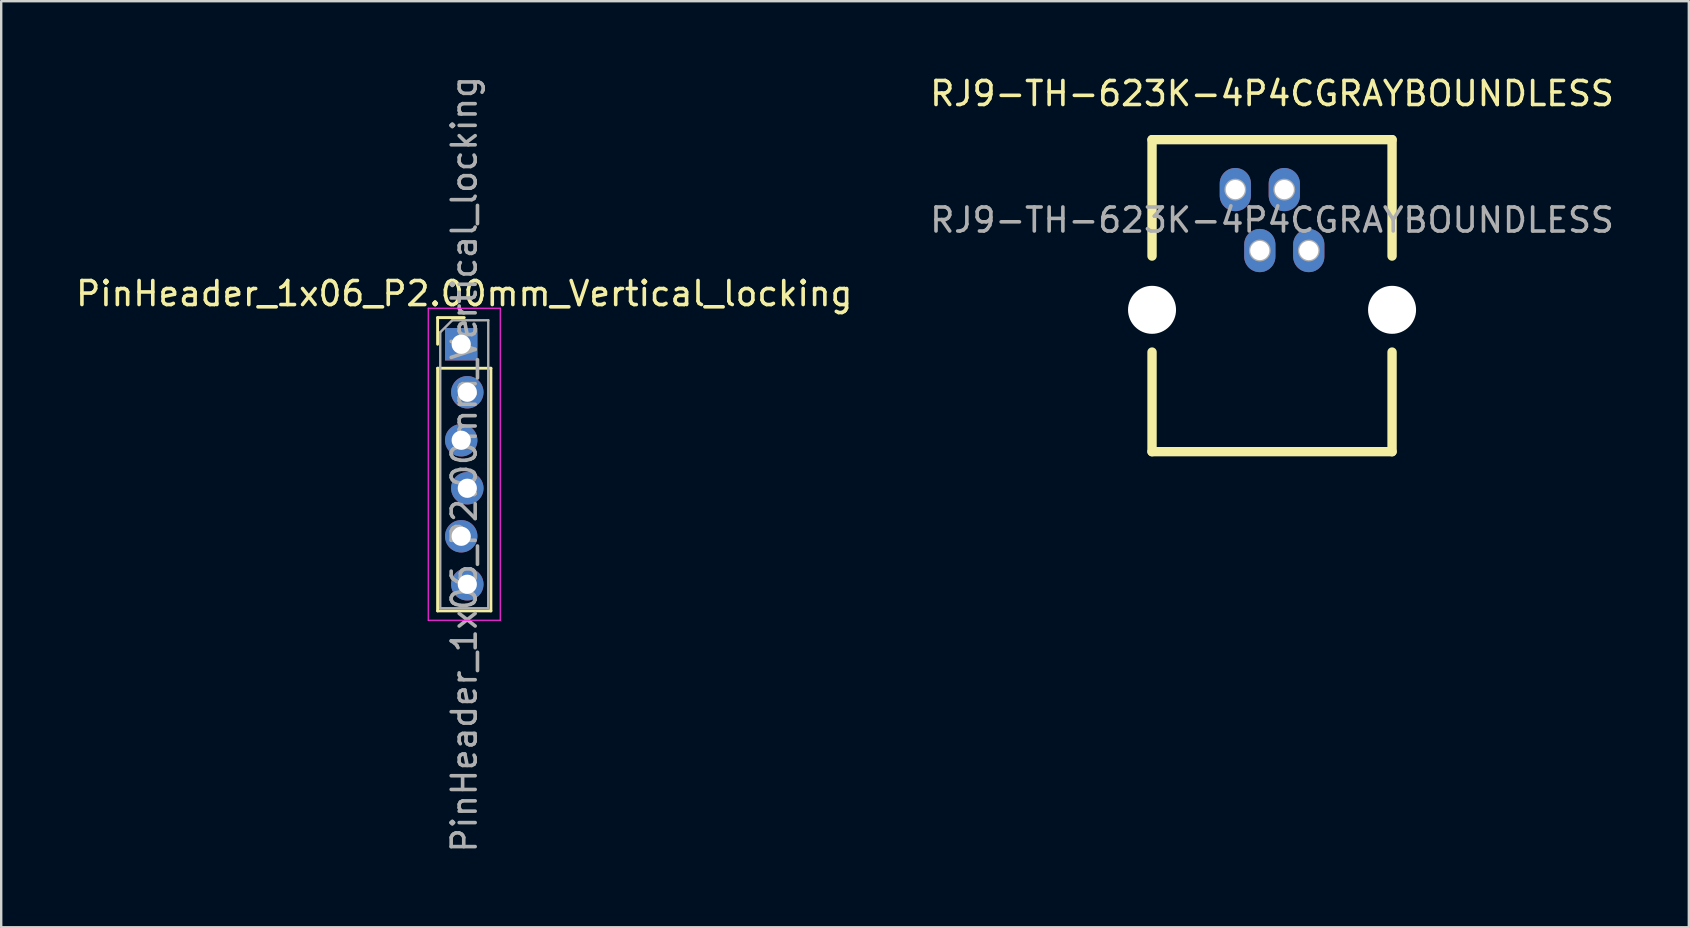
<source format=kicad_pcb>
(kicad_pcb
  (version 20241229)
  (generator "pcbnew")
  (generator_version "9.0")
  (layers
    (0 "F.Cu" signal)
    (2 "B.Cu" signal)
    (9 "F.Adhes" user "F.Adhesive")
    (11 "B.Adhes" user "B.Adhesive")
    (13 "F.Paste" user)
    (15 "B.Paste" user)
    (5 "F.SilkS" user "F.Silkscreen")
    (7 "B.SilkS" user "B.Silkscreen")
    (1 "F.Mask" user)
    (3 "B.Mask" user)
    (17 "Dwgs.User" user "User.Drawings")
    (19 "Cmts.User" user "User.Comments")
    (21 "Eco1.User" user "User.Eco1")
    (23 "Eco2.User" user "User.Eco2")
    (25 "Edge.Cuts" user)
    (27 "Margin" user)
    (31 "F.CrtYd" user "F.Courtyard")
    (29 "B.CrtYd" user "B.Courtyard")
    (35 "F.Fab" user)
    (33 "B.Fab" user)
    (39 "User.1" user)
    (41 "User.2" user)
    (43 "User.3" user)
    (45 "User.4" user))
  (footprint "RJ9-TH-623K-4P4CGRAYBOUNDLESS"
    (layer "F.Cu")
    (at 49.946 6.118)
    (property "Reference" "RJ9-TH-623K-4P4CGRAYBOUNDLESS" (at 0 -5.27 0) (layer "F.SilkS") (effects (font (size 1 1) (thickness 0.15))))
    (attr through_hole)
    (fp_line (start -5 -3.35) (end -5 1.5) (stroke (width 0.39) (type solid)) (layer "F.SilkS"))
    (fp_line (start -5 -3.35) (end 5 -3.35) (stroke (width 0.39) (type solid)) (layer "F.SilkS"))
    (fp_line (start -5 5.5) (end -5 9.65) (stroke (width 0.39) (type solid)) (layer "F.SilkS"))
    (fp_line (start 5 -3.35) (end 5 1.5) (stroke (width 0.39) (type solid)) (layer "F.SilkS"))
    (fp_line (start 5 5.5) (end 5 9.65) (stroke (width 0.39) (type solid)) (layer "F.SilkS"))
    (fp_line (start 5 9.65) (end -5 9.65) (stroke (width 0.39) (type solid)) (layer "F.SilkS"))
    (fp_circle (center -1.53 -1.27) (end -1.3 -1.27) (stroke (width 0.45) (type solid)) (fill no) (layer "F.Fab"))
    (fp_circle (center -0.51 1.27) (end -0.28 1.27) (stroke (width 0.45) (type solid)) (fill no) (layer "F.Fab"))
    (fp_circle (center 0.51 -1.27) (end 0.74 -1.27) (stroke (width 0.45) (type solid)) (fill no) (layer "F.Fab"))
    (fp_circle (center 1.53 1.27) (end 1.76 1.27) (stroke (width 0.45) (type solid)) (fill no) (layer "F.Fab"))
    (fp_text user "${REFERENCE}" (at 0 0 0) (layer "F.Fab") (effects (font (size 1 1) (thickness 0.15))))
    (pad "" np_thru_hole circle (at -5 3.74) (size 2 2) (drill 2) (layers "*.Cu" "*.Mask"))
    (pad "" np_thru_hole circle (at 5 3.74) (size 2 2) (drill 2) (layers "*.Cu" "*.Mask"))
    (pad "1" thru_hole oval (at -1.53 -1.27) (size 1.3 1.8) (drill 0.8) (layers "*.Cu" "*.Mask"))
    (pad "2" thru_hole oval (at -0.51 1.27) (size 1.3 1.8) (drill 0.8) (layers "*.Cu" "*.Mask"))
    (pad "3" thru_hole oval (at 0.51 -1.27) (size 1.3 1.8) (drill 0.8) (layers "*.Cu" "*.Mask"))
    (pad "4" thru_hole oval (at 1.53 1.27) (size 1.3 1.8) (drill 0.8) (layers "*.Cu" "*.Mask")))
  (footprint "PinHeader_1x06_P2.00mm_Vertical_locking"
    (layer "F.Cu")
    (at 16.292 11.292)
    (property "Reference" "PinHeader_1x06_P2.00mm_Vertical_locking" (at 0 -2.11 0) (layer "F.SilkS") (effects (font (size 1 1) (thickness 0.15))))
    (attr through_hole)
    (fp_line (start -1.11 -1.11) (end 0 -1.11) (stroke (width 0.12) (type solid)) (layer "F.SilkS"))
    (fp_line (start -1.11 0) (end -1.11 -1.11) (stroke (width 0.12) (type solid)) (layer "F.SilkS"))
    (fp_line (start -1.11 1) (end -1.11 11.11) (stroke (width 0.12) (type solid)) (layer "F.SilkS"))
    (fp_line (start -1.11 1) (end 1.11 1) (stroke (width 0.12) (type solid)) (layer "F.SilkS"))
    (fp_line (start -1.11 11.11) (end 1.11 11.11) (stroke (width 0.12) (type solid)) (layer "F.SilkS"))
    (fp_line (start 1.11 1) (end 1.11 11.11) (stroke (width 0.12) (type solid)) (layer "F.SilkS"))
    (fp_line (start -1.5 -1.5) (end -1.5 11.5) (stroke (width 0.05) (type solid)) (layer "F.CrtYd"))
    (fp_line (start -1.5 11.5) (end 1.5 11.5) (stroke (width 0.05) (type solid)) (layer "F.CrtYd"))
    (fp_line (start 1.5 -1.5) (end -1.5 -1.5) (stroke (width 0.05) (type solid)) (layer "F.CrtYd"))
    (fp_line (start 1.5 11.5) (end 1.5 -1.5) (stroke (width 0.05) (type solid)) (layer "F.CrtYd"))
    (fp_line (start -1 -0.5) (end -0.5 -1) (stroke (width 0.1) (type solid)) (layer "F.Fab"))
    (fp_line (start -1 11) (end -1 -0.5) (stroke (width 0.1) (type solid)) (layer "F.Fab"))
    (fp_line (start -0.5 -1) (end 1 -1) (stroke (width 0.1) (type solid)) (layer "F.Fab"))
    (fp_line (start 1 -1) (end 1 11) (stroke (width 0.1) (type solid)) (layer "F.Fab"))
    (fp_line (start 1 11) (end -1 11) (stroke (width 0.1) (type solid)) (layer "F.Fab"))
    (fp_text user "${REFERENCE}" (at 0 5 90) (layer "F.Fab") (effects (font (size 1 1) (thickness 0.15))))
    (pad "1" thru_hole rect (at -0.127 0) (size 1.35 1.35) (drill 0.8) (layers "*.Cu" "*.Mask"))
    (pad "2" thru_hole circle (at 0.127 2) (size 1.35 1.35) (drill 0.8) (layers "*.Cu" "*.Mask"))
    (pad "3" thru_hole circle (at -0.127 4) (size 1.35 1.35) (drill 0.8) (layers "*.Cu" "*.Mask"))
    (pad "4" thru_hole circle (at 0.127 6) (size 1.35 1.35) (drill 0.8) (layers "*.Cu" "*.Mask"))
    (pad "5" thru_hole circle (at -0.127 8) (size 1.35 1.35) (drill 0.8) (layers "*.Cu" "*.Mask"))
    (pad "6" thru_hole circle (at 0.127 10) (size 1.35 1.35) (drill 0.8) (layers "*.Cu" "*.Mask")))
  (gr_rect
    (start -3 -3)
    (end 67.31 35.583)
    (stroke (width 0.1) (type default))
    (fill no)
    (layer "Edge.Cuts")))
</source>
